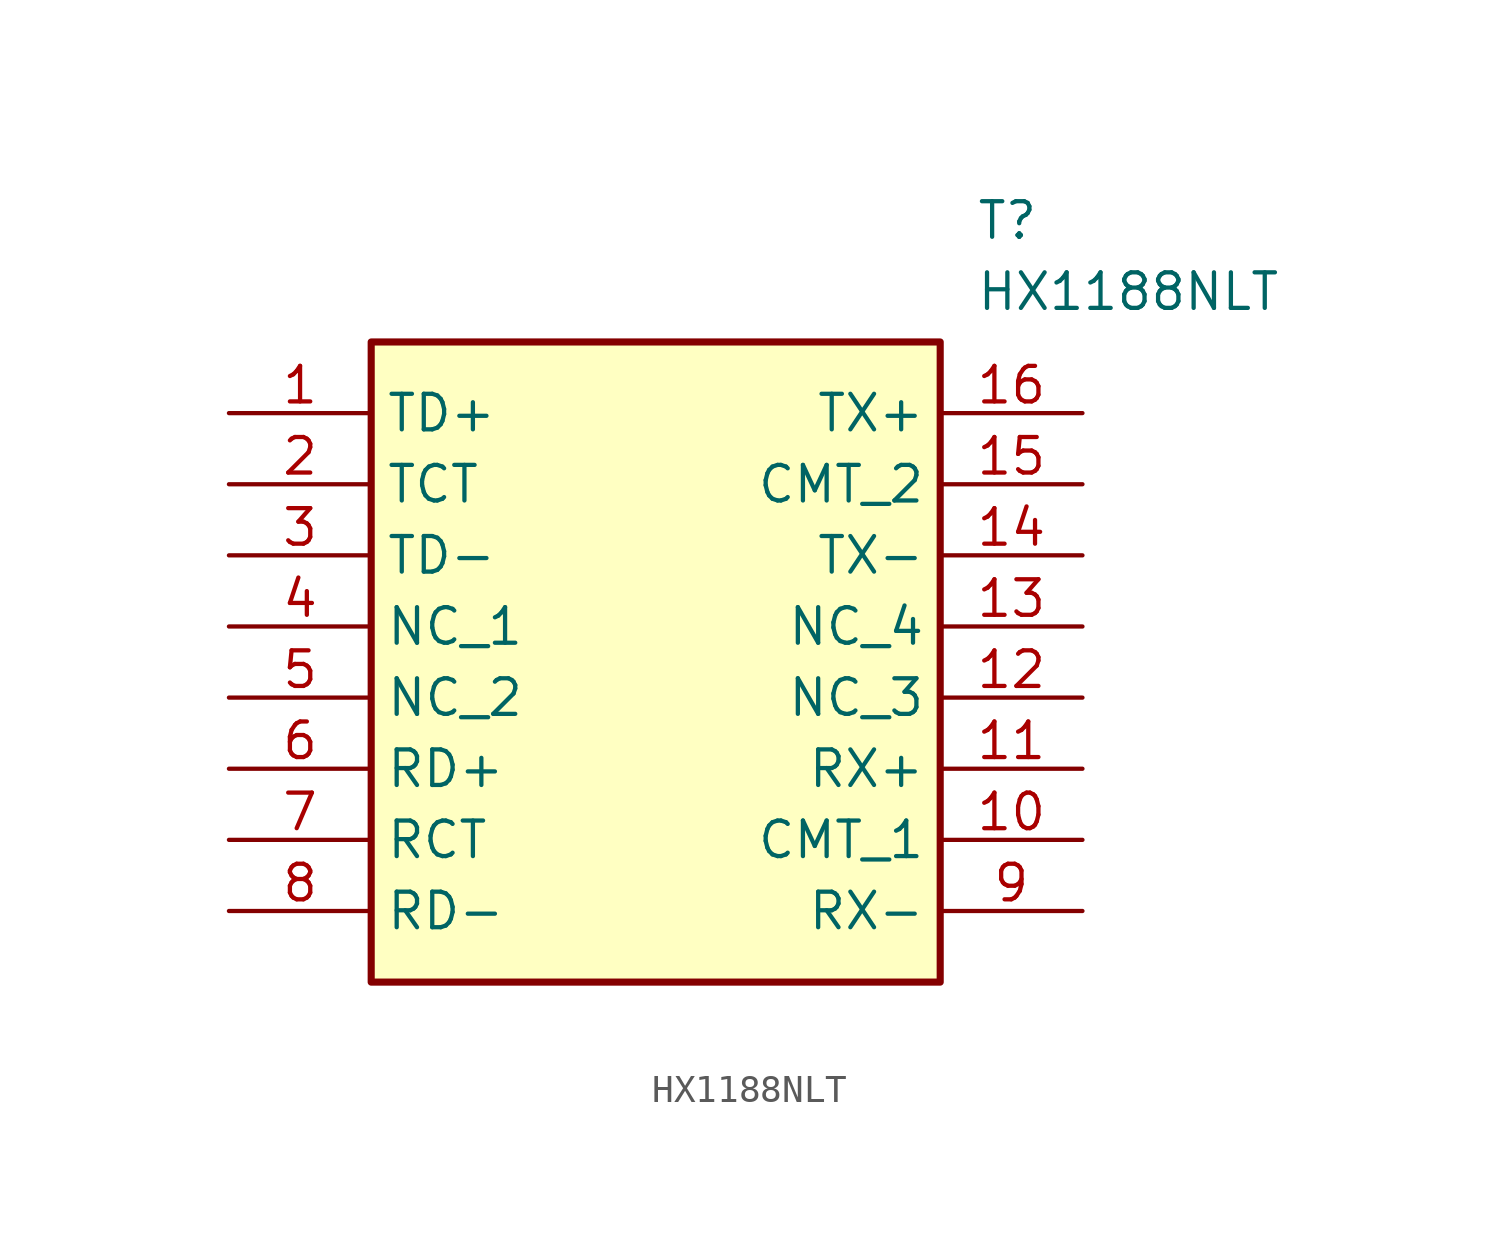
<source format=kicad_sym>
(kicad_symbol_lib
  (version 20211014)
  (generator SamacSys_ECAD_Model)
  (symbol "HX1188NLT"
    (property "Reference" "T"
      (at 26.67 7.62 0)
      (effects (font (size 1.27 1.27)) (justify left top)))
    (property "Value" "HX1188NLT"
      (at 26.67 5.08 0)
      (effects (font (size 1.27 1.27)) (justify left top)))
    (rectangle
      (start 5.08 2.54)
      (end 25.4 -20.32)
      (stroke (width 0.254) (type default))
      (fill (type background)))
    (pin passive line
      (at 0 0 0)
      (length 5.08)
      (name "TD+" (effects (font (size 1.27 1.27))))
      (number "1" (effects (font (size 1.27 1.27)))))
    (pin passive line
      (at 0 -2.54 0)
      (length 5.08)
      (name "TCT" (effects (font (size 1.27 1.27))))
      (number "2" (effects (font (size 1.27 1.27)))))
    (pin passive line
      (at 0 -5.08 0)
      (length 5.08)
      (name "TD-" (effects (font (size 1.27 1.27))))
      (number "3" (effects (font (size 1.27 1.27)))))
    (pin passive line
      (at 0 -7.62 0)
      (length 5.08)
      (name "NC_1" (effects (font (size 1.27 1.27))))
      (number "4" (effects (font (size 1.27 1.27)))))
    (pin passive line
      (at 0 -10.16 0)
      (length 5.08)
      (name "NC_2" (effects (font (size 1.27 1.27))))
      (number "5" (effects (font (size 1.27 1.27)))))
    (pin passive line
      (at 0 -12.7 0)
      (length 5.08)
      (name "RD+" (effects (font (size 1.27 1.27))))
      (number "6" (effects (font (size 1.27 1.27)))))
    (pin passive line
      (at 0 -15.24 0)
      (length 5.08)
      (name "RCT" (effects (font (size 1.27 1.27))))
      (number "7" (effects (font (size 1.27 1.27)))))
    (pin passive line
      (at 0 -17.78 0)
      (length 5.08)
      (name "RD-" (effects (font (size 1.27 1.27))))
      (number "8" (effects (font (size 1.27 1.27)))))
    (pin passive line
      (at 30.48 -17.78 180)
      (length 5.08)
      (name "RX-" (effects (font (size 1.27 1.27))))
      (number "9" (effects (font (size 1.27 1.27)))))
    (pin passive line
      (at 30.48 -15.24 180)
      (length 5.08)
      (name "CMT_1" (effects (font (size 1.27 1.27))))
      (number "10" (effects (font (size 1.27 1.27)))))
    (pin passive line
      (at 30.48 -12.7 180)
      (length 5.08)
      (name "RX+" (effects (font (size 1.27 1.27))))
      (number "11" (effects (font (size 1.27 1.27)))))
    (pin passive line
      (at 30.48 -10.16 180)
      (length 5.08)
      (name "NC_3" (effects (font (size 1.27 1.27))))
      (number "12" (effects (font (size 1.27 1.27)))))
    (pin passive line
      (at 30.48 -7.62 180)
      (length 5.08)
      (name "NC_4" (effects (font (size 1.27 1.27))))
      (number "13" (effects (font (size 1.27 1.27)))))
    (pin passive line
      (at 30.48 -5.08 180)
      (length 5.08)
      (name "TX-" (effects (font (size 1.27 1.27))))
      (number "14" (effects (font (size 1.27 1.27)))))
    (pin passive line
      (at 30.48 -2.54 180)
      (length 5.08)
      (name "CMT_2" (effects (font (size 1.27 1.27))))
      (number "15" (effects (font (size 1.27 1.27)))))
    (pin passive line
      (at 30.48 0 180)
      (length 5.08)
      (name "TX+" (effects (font (size 1.27 1.27))))
      (number "16" (effects (font (size 1.27 1.27)))))))
</source>
